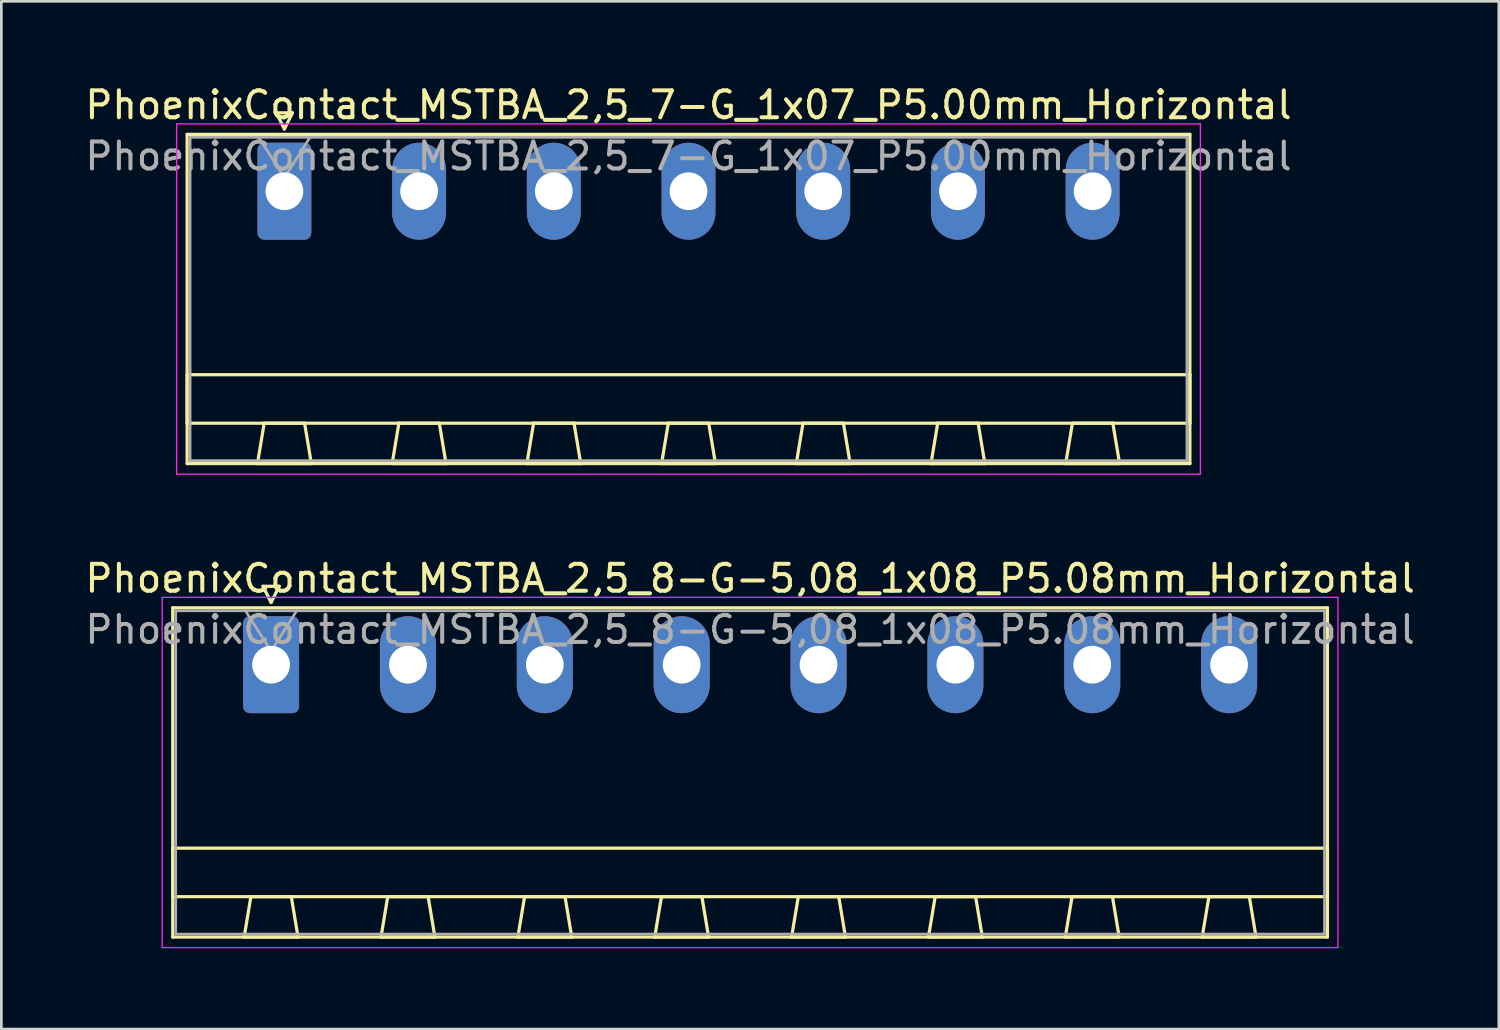
<source format=kicad_pcb>
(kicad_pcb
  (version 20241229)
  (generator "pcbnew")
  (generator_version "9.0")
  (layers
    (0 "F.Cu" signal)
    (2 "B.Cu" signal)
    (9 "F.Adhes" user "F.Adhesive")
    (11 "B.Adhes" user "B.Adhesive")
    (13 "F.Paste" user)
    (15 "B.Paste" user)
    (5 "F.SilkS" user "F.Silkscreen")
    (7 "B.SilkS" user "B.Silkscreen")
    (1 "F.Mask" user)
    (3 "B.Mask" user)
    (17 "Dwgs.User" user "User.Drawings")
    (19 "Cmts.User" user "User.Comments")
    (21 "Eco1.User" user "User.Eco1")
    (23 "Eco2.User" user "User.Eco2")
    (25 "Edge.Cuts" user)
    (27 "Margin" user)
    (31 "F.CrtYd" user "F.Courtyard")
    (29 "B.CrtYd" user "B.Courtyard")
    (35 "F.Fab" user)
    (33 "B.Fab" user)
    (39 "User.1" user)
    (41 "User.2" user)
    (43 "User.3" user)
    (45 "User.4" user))
  (footprint "PhoenixContact_MSTBA_2,5_7-G_1x07_P5.00mm_Horizontal"
    (layer "F.Cu")
    (at 7.506 4.048)
    (property "Reference" "PhoenixContact_MSTBA_2,5_7-G_1x07_P5.00mm_Horizontal" (at 15 -3.2 0) (layer "F.SilkS") (effects (font (size 1 1) (thickness 0.15))))
    (attr through_hole)
    (fp_line (start -3.61 -2.11) (end -3.61 10.11) (stroke (width 0.12) (type solid)) (layer "F.SilkS"))
    (fp_line (start -3.61 6.81) (end 33.61 6.81) (stroke (width 0.12) (type solid)) (layer "F.SilkS"))
    (fp_line (start -3.61 8.61) (end -3.61 6.81) (stroke (width 0.12) (type solid)) (layer "F.SilkS"))
    (fp_line (start -3.61 10.11) (end 33.61 10.11) (stroke (width 0.12) (type solid)) (layer "F.SilkS"))
    (fp_line (start -1 10.11) (end 1 10.11) (stroke (width 0.12) (type solid)) (layer "F.SilkS"))
    (fp_line (start -0.75 8.61) (end -1 10.11) (stroke (width 0.12) (type solid)) (layer "F.SilkS"))
    (fp_line (start -0.3 -2.91) (end 0.3 -2.91) (stroke (width 0.12) (type solid)) (layer "F.SilkS"))
    (fp_line (start 0 -2.31) (end -0.3 -2.91) (stroke (width 0.12) (type solid)) (layer "F.SilkS"))
    (fp_line (start 0.3 -2.91) (end 0 -2.31) (stroke (width 0.12) (type solid)) (layer "F.SilkS"))
    (fp_line (start 0.75 8.61) (end -0.75 8.61) (stroke (width 0.12) (type solid)) (layer "F.SilkS"))
    (fp_line (start 1 10.11) (end 0.75 8.61) (stroke (width 0.12) (type solid)) (layer "F.SilkS"))
    (fp_line (start 4 10.11) (end 6 10.11) (stroke (width 0.12) (type solid)) (layer "F.SilkS"))
    (fp_line (start 4.25 8.61) (end 4 10.11) (stroke (width 0.12) (type solid)) (layer "F.SilkS"))
    (fp_line (start 5.75 8.61) (end 4.25 8.61) (stroke (width 0.12) (type solid)) (layer "F.SilkS"))
    (fp_line (start 6 10.11) (end 5.75 8.61) (stroke (width 0.12) (type solid)) (layer "F.SilkS"))
    (fp_line (start 9 10.11) (end 11 10.11) (stroke (width 0.12) (type solid)) (layer "F.SilkS"))
    (fp_line (start 9.25 8.61) (end 9 10.11) (stroke (width 0.12) (type solid)) (layer "F.SilkS"))
    (fp_line (start 10.75 8.61) (end 9.25 8.61) (stroke (width 0.12) (type solid)) (layer "F.SilkS"))
    (fp_line (start 11 10.11) (end 10.75 8.61) (stroke (width 0.12) (type solid)) (layer "F.SilkS"))
    (fp_line (start 14 10.11) (end 16 10.11) (stroke (width 0.12) (type solid)) (layer "F.SilkS"))
    (fp_line (start 14.25 8.61) (end 14 10.11) (stroke (width 0.12) (type solid)) (layer "F.SilkS"))
    (fp_line (start 15.75 8.61) (end 14.25 8.61) (stroke (width 0.12) (type solid)) (layer "F.SilkS"))
    (fp_line (start 16 10.11) (end 15.75 8.61) (stroke (width 0.12) (type solid)) (layer "F.SilkS"))
    (fp_line (start 19 10.11) (end 21 10.11) (stroke (width 0.12) (type solid)) (layer "F.SilkS"))
    (fp_line (start 19.25 8.61) (end 19 10.11) (stroke (width 0.12) (type solid)) (layer "F.SilkS"))
    (fp_line (start 20.75 8.61) (end 19.25 8.61) (stroke (width 0.12) (type solid)) (layer "F.SilkS"))
    (fp_line (start 21 10.11) (end 20.75 8.61) (stroke (width 0.12) (type solid)) (layer "F.SilkS"))
    (fp_line (start 24 10.11) (end 26 10.11) (stroke (width 0.12) (type solid)) (layer "F.SilkS"))
    (fp_line (start 24.25 8.61) (end 24 10.11) (stroke (width 0.12) (type solid)) (layer "F.SilkS"))
    (fp_line (start 25.75 8.61) (end 24.25 8.61) (stroke (width 0.12) (type solid)) (layer "F.SilkS"))
    (fp_line (start 26 10.11) (end 25.75 8.61) (stroke (width 0.12) (type solid)) (layer "F.SilkS"))
    (fp_line (start 29 10.11) (end 31 10.11) (stroke (width 0.12) (type solid)) (layer "F.SilkS"))
    (fp_line (start 29.25 8.61) (end 29 10.11) (stroke (width 0.12) (type solid)) (layer "F.SilkS"))
    (fp_line (start 30.75 8.61) (end 29.25 8.61) (stroke (width 0.12) (type solid)) (layer "F.SilkS"))
    (fp_line (start 31 10.11) (end 30.75 8.61) (stroke (width 0.12) (type solid)) (layer "F.SilkS"))
    (fp_line (start 33.61 -2.11) (end -3.61 -2.11) (stroke (width 0.12) (type solid)) (layer "F.SilkS"))
    (fp_line (start 33.61 6.81) (end 33.61 8.61) (stroke (width 0.12) (type solid)) (layer "F.SilkS"))
    (fp_line (start 33.61 8.61) (end -3.61 8.61) (stroke (width 0.12) (type solid)) (layer "F.SilkS"))
    (fp_line (start 33.61 10.11) (end 33.61 -2.11) (stroke (width 0.12) (type solid)) (layer "F.SilkS"))
    (fp_line (start -4 -2.5) (end -4 10.5) (stroke (width 0.05) (type solid)) (layer "F.CrtYd"))
    (fp_line (start -4 10.5) (end 34 10.5) (stroke (width 0.05) (type solid)) (layer "F.CrtYd"))
    (fp_line (start 34 -2.5) (end -4 -2.5) (stroke (width 0.05) (type solid)) (layer "F.CrtYd"))
    (fp_line (start 34 10.5) (end 34 -2.5) (stroke (width 0.05) (type solid)) (layer "F.CrtYd"))
    (fp_line (start -3.5 -2) (end -3.5 10) (stroke (width 0.1) (type solid)) (layer "F.Fab"))
    (fp_line (start -3.5 10) (end 33.5 10) (stroke (width 0.1) (type solid)) (layer "F.Fab"))
    (fp_line (start 0 -0.5) (end -0.95 -2) (stroke (width 0.1) (type solid)) (layer "F.Fab"))
    (fp_line (start 0.95 -2) (end 0 -0.5) (stroke (width 0.1) (type solid)) (layer "F.Fab"))
    (fp_line (start 33.5 -2) (end -3.5 -2) (stroke (width 0.1) (type solid)) (layer "F.Fab"))
    (fp_line (start 33.5 10) (end 33.5 -2) (stroke (width 0.1) (type solid)) (layer "F.Fab"))
    (fp_text user "${REFERENCE}" (at 15 -1.3 0) (layer "F.Fab") (effects (font (size 1 1) (thickness 0.15))))
    (pad "1" thru_hole roundrect (at 0 0) (size 2 3.6) (drill 1.4) (layers "*.Cu" "*.Mask") (roundrect_rratio 0.125))
    (pad "2" thru_hole oval (at 5 0) (size 2 3.6) (drill 1.4) (layers "*.Cu" "*.Mask"))
    (pad "3" thru_hole oval (at 10 0) (size 2 3.6) (drill 1.4) (layers "*.Cu" "*.Mask"))
    (pad "4" thru_hole oval (at 15 0) (size 2 3.6) (drill 1.4) (layers "*.Cu" "*.Mask"))
    (pad "5" thru_hole oval (at 20 0) (size 2 3.6) (drill 1.4) (layers "*.Cu" "*.Mask"))
    (pad "6" thru_hole oval (at 25 0) (size 2 3.6) (drill 1.4) (layers "*.Cu" "*.Mask"))
    (pad "7" thru_hole oval (at 30 0) (size 2 3.6) (drill 1.4) (layers "*.Cu" "*.Mask")))
  (footprint "PhoenixContact_MSTBA_2,5_8-G-5,08_1x08_P5.08mm_Horizontal"
    (layer "F.Cu")
    (at 7.012 21.622)
    (property "Reference" "PhoenixContact_MSTBA_2,5_8-G-5,08_1x08_P5.08mm_Horizontal" (at 17.78 -3.2 0) (layer "F.SilkS") (effects (font (size 1 1) (thickness 0.15))))
    (attr through_hole)
    (fp_line (start -3.65 -2.11) (end -3.65 10.11) (stroke (width 0.12) (type solid)) (layer "F.SilkS"))
    (fp_line (start -3.65 6.81) (end 39.21 6.81) (stroke (width 0.12) (type solid)) (layer "F.SilkS"))
    (fp_line (start -3.65 8.61) (end -3.65 6.81) (stroke (width 0.12) (type solid)) (layer "F.SilkS"))
    (fp_line (start -3.65 10.11) (end 39.21 10.11) (stroke (width 0.12) (type solid)) (layer "F.SilkS"))
    (fp_line (start -1 10.11) (end 1 10.11) (stroke (width 0.12) (type solid)) (layer "F.SilkS"))
    (fp_line (start -0.75 8.61) (end -1 10.11) (stroke (width 0.12) (type solid)) (layer "F.SilkS"))
    (fp_line (start -0.3 -2.91) (end 0.3 -2.91) (stroke (width 0.12) (type solid)) (layer "F.SilkS"))
    (fp_line (start 0 -2.31) (end -0.3 -2.91) (stroke (width 0.12) (type solid)) (layer "F.SilkS"))
    (fp_line (start 0.3 -2.91) (end 0 -2.31) (stroke (width 0.12) (type solid)) (layer "F.SilkS"))
    (fp_line (start 0.75 8.61) (end -0.75 8.61) (stroke (width 0.12) (type solid)) (layer "F.SilkS"))
    (fp_line (start 1 10.11) (end 0.75 8.61) (stroke (width 0.12) (type solid)) (layer "F.SilkS"))
    (fp_line (start 4.08 10.11) (end 6.08 10.11) (stroke (width 0.12) (type solid)) (layer "F.SilkS"))
    (fp_line (start 4.33 8.61) (end 4.08 10.11) (stroke (width 0.12) (type solid)) (layer "F.SilkS"))
    (fp_line (start 5.83 8.61) (end 4.33 8.61) (stroke (width 0.12) (type solid)) (layer "F.SilkS"))
    (fp_line (start 6.08 10.11) (end 5.83 8.61) (stroke (width 0.12) (type solid)) (layer "F.SilkS"))
    (fp_line (start 9.16 10.11) (end 11.16 10.11) (stroke (width 0.12) (type solid)) (layer "F.SilkS"))
    (fp_line (start 9.41 8.61) (end 9.16 10.11) (stroke (width 0.12) (type solid)) (layer "F.SilkS"))
    (fp_line (start 10.91 8.61) (end 9.41 8.61) (stroke (width 0.12) (type solid)) (layer "F.SilkS"))
    (fp_line (start 11.16 10.11) (end 10.91 8.61) (stroke (width 0.12) (type solid)) (layer "F.SilkS"))
    (fp_line (start 14.24 10.11) (end 16.24 10.11) (stroke (width 0.12) (type solid)) (layer "F.SilkS"))
    (fp_line (start 14.49 8.61) (end 14.24 10.11) (stroke (width 0.12) (type solid)) (layer "F.SilkS"))
    (fp_line (start 15.99 8.61) (end 14.49 8.61) (stroke (width 0.12) (type solid)) (layer "F.SilkS"))
    (fp_line (start 16.24 10.11) (end 15.99 8.61) (stroke (width 0.12) (type solid)) (layer "F.SilkS"))
    (fp_line (start 19.32 10.11) (end 21.32 10.11) (stroke (width 0.12) (type solid)) (layer "F.SilkS"))
    (fp_line (start 19.57 8.61) (end 19.32 10.11) (stroke (width 0.12) (type solid)) (layer "F.SilkS"))
    (fp_line (start 21.07 8.61) (end 19.57 8.61) (stroke (width 0.12) (type solid)) (layer "F.SilkS"))
    (fp_line (start 21.32 10.11) (end 21.07 8.61) (stroke (width 0.12) (type solid)) (layer "F.SilkS"))
    (fp_line (start 24.4 10.11) (end 26.4 10.11) (stroke (width 0.12) (type solid)) (layer "F.SilkS"))
    (fp_line (start 24.65 8.61) (end 24.4 10.11) (stroke (width 0.12) (type solid)) (layer "F.SilkS"))
    (fp_line (start 26.15 8.61) (end 24.65 8.61) (stroke (width 0.12) (type solid)) (layer "F.SilkS"))
    (fp_line (start 26.4 10.11) (end 26.15 8.61) (stroke (width 0.12) (type solid)) (layer "F.SilkS"))
    (fp_line (start 29.48 10.11) (end 31.48 10.11) (stroke (width 0.12) (type solid)) (layer "F.SilkS"))
    (fp_line (start 29.73 8.61) (end 29.48 10.11) (stroke (width 0.12) (type solid)) (layer "F.SilkS"))
    (fp_line (start 31.23 8.61) (end 29.73 8.61) (stroke (width 0.12) (type solid)) (layer "F.SilkS"))
    (fp_line (start 31.48 10.11) (end 31.23 8.61) (stroke (width 0.12) (type solid)) (layer "F.SilkS"))
    (fp_line (start 34.56 10.11) (end 36.56 10.11) (stroke (width 0.12) (type solid)) (layer "F.SilkS"))
    (fp_line (start 34.81 8.61) (end 34.56 10.11) (stroke (width 0.12) (type solid)) (layer "F.SilkS"))
    (fp_line (start 36.31 8.61) (end 34.81 8.61) (stroke (width 0.12) (type solid)) (layer "F.SilkS"))
    (fp_line (start 36.56 10.11) (end 36.31 8.61) (stroke (width 0.12) (type solid)) (layer "F.SilkS"))
    (fp_line (start 39.21 -2.11) (end -3.65 -2.11) (stroke (width 0.12) (type solid)) (layer "F.SilkS"))
    (fp_line (start 39.21 6.81) (end 39.21 8.61) (stroke (width 0.12) (type solid)) (layer "F.SilkS"))
    (fp_line (start 39.21 8.61) (end -3.65 8.61) (stroke (width 0.12) (type solid)) (layer "F.SilkS"))
    (fp_line (start 39.21 10.11) (end 39.21 -2.11) (stroke (width 0.12) (type solid)) (layer "F.SilkS"))
    (fp_line (start -4.04 -2.5) (end -4.04 10.5) (stroke (width 0.05) (type solid)) (layer "F.CrtYd"))
    (fp_line (start -4.04 10.5) (end 39.6 10.5) (stroke (width 0.05) (type solid)) (layer "F.CrtYd"))
    (fp_line (start 39.6 -2.5) (end -4.04 -2.5) (stroke (width 0.05) (type solid)) (layer "F.CrtYd"))
    (fp_line (start 39.6 10.5) (end 39.6 -2.5) (stroke (width 0.05) (type solid)) (layer "F.CrtYd"))
    (fp_line (start -3.54 -2) (end -3.54 10) (stroke (width 0.1) (type solid)) (layer "F.Fab"))
    (fp_line (start -3.54 10) (end 39.1 10) (stroke (width 0.1) (type solid)) (layer "F.Fab"))
    (fp_line (start 0 -0.5) (end -0.95 -2) (stroke (width 0.1) (type solid)) (layer "F.Fab"))
    (fp_line (start 0.95 -2) (end 0 -0.5) (stroke (width 0.1) (type solid)) (layer "F.Fab"))
    (fp_line (start 39.1 -2) (end -3.54 -2) (stroke (width 0.1) (type solid)) (layer "F.Fab"))
    (fp_line (start 39.1 10) (end 39.1 -2) (stroke (width 0.1) (type solid)) (layer "F.Fab"))
    (fp_text user "${REFERENCE}" (at 17.78 -1.3 0) (layer "F.Fab") (effects (font (size 1 1) (thickness 0.15))))
    (pad "1" thru_hole roundrect (at 0 0) (size 2.08 3.6) (drill 1.4) (layers "*.Cu" "*.Mask") (roundrect_rratio 0.12))
    (pad "2" thru_hole oval (at 5.08 0) (size 2.08 3.6) (drill 1.4) (layers "*.Cu" "*.Mask"))
    (pad "3" thru_hole oval (at 10.16 0) (size 2.08 3.6) (drill 1.4) (layers "*.Cu" "*.Mask"))
    (pad "4" thru_hole oval (at 15.24 0) (size 2.08 3.6) (drill 1.4) (layers "*.Cu" "*.Mask"))
    (pad "5" thru_hole oval (at 20.32 0) (size 2.08 3.6) (drill 1.4) (layers "*.Cu" "*.Mask"))
    (pad "6" thru_hole oval (at 25.4 0) (size 2.08 3.6) (drill 1.4) (layers "*.Cu" "*.Mask"))
    (pad "7" thru_hole oval (at 30.48 0) (size 2.08 3.6) (drill 1.4) (layers "*.Cu" "*.Mask"))
    (pad "8" thru_hole oval (at 35.56 0) (size 2.08 3.6) (drill 1.4) (layers "*.Cu" "*.Mask")))
  (gr_rect
    (start -3 -3)
    (end 52.583 35.147)
    (stroke (width 0.1) (type default))
    (fill no)
    (layer "Edge.Cuts")))
</source>
